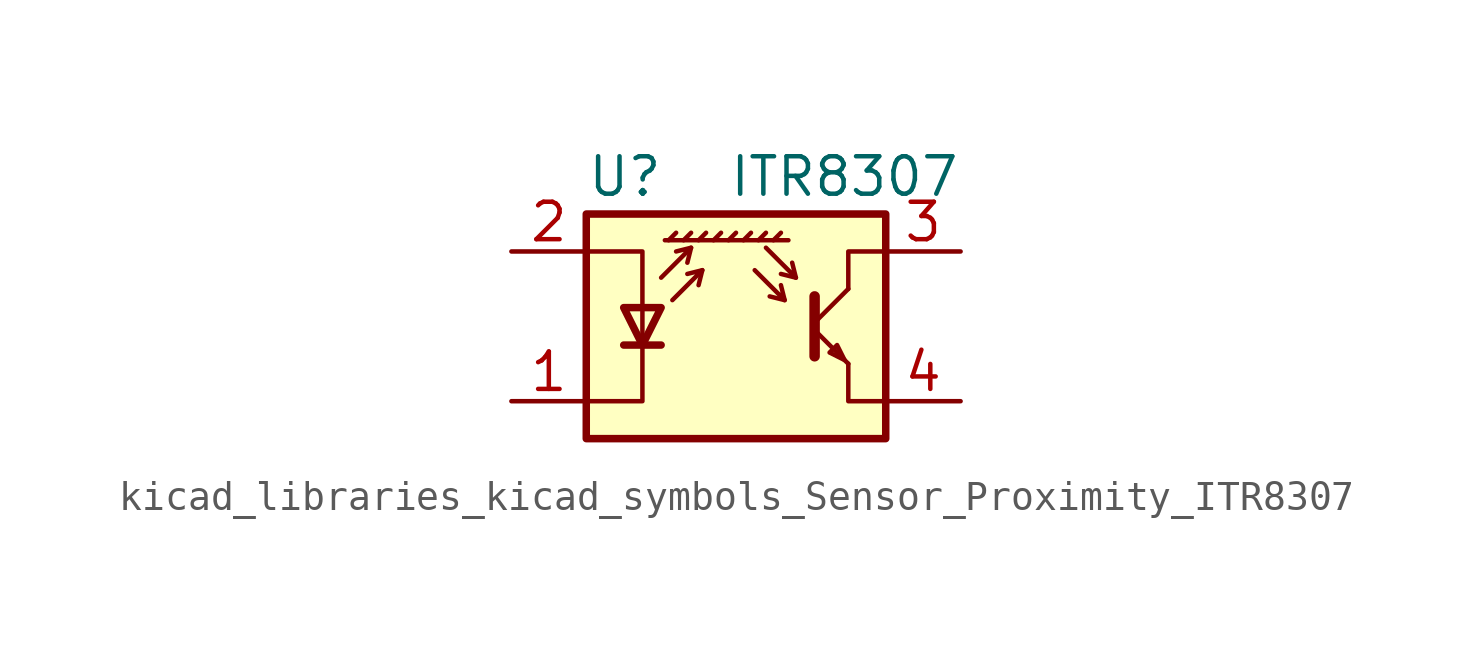
<source format=kicad_sym>
(kicad_symbol_lib
  (version 20220914)
  (generator kicad_symbol_editor)
  (symbol "kicad_libraries_kicad_symbols_Sensor_Proximity_ITR8307"
    (pin_names
      (offset 0.025) hide)
    (property "Reference" "U"
      (at -5.08 5.08 0)
      (effects (font (size 1.27 1.27)) (justify left)))
    (property "Value" "ITR8307"
      (at 7.62 5.08 0)
      (effects (font (size 1.27 1.27)) (justify right)))
    (symbol "kicad_libraries_kicad_symbols_Sensor_Proximity_ITR8307_0_1"
      (polyline (pts (xy -3.81 -0.635) (xy -2.54 -0.635)) (stroke (width 0.254) (type default)) (fill (type none)))
      (polyline (pts (xy -2.286 2.921) (xy -2.032 3.175)) (stroke (width 0) (type default)) (fill (type none)))
      (polyline (pts (xy -1.778 2.921) (xy -1.524 3.175)) (stroke (width 0) (type default)) (fill (type none)))
      (polyline (pts (xy -1.524 2.667) (xy -1.651 2.159)) (stroke (width 0) (type default)) (fill (type none)))
      (polyline (pts (xy -1.27 2.921) (xy -1.016 3.175)) (stroke (width 0) (type default)) (fill (type none)))
      (polyline (pts (xy -1.143 1.905) (xy -1.27 1.397)) (stroke (width 0) (type default)) (fill (type none)))
      (polyline (pts (xy -0.762 2.921) (xy -0.508 3.175)) (stroke (width 0) (type default)) (fill (type none)))
      (polyline (pts (xy -0.254 2.921) (xy 0 3.175)) (stroke (width 0) (type default)) (fill (type none)))
      (polyline (pts (xy 0.254 2.921) (xy 0.508 3.175)) (stroke (width 0) (type default)) (fill (type none)))
      (polyline (pts (xy 0.762 2.921) (xy 1.016 3.175)) (stroke (width 0) (type default)) (fill (type none)))
      (polyline (pts (xy 1.27 2.921) (xy 1.524 3.175)) (stroke (width 0) (type default)) (fill (type none)))
      (polyline (pts (xy 1.651 0.889) (xy 1.143 1.016)) (stroke (width 0) (type default)) (fill (type none)))
      (polyline (pts (xy 1.778 2.921) (xy -2.413 2.921)) (stroke (width 0) (type default)) (fill (type none)))
      (polyline (pts (xy 2.032 1.651) (xy 1.524 1.778)) (stroke (width 0) (type default)) (fill (type none)))
      (polyline (pts (xy 2.667 -0.127) (xy 3.81 -1.27)) (stroke (width 0) (type default)) (fill (type none)))
      (polyline (pts (xy 2.667 0.127) (xy 3.81 1.27)) (stroke (width 0) (type default)) (fill (type none)))
      (polyline (pts (xy -2.54 1.651) (xy -1.524 2.667) (xy -2.032 2.54)) (stroke (width 0) (type default)) (fill (type none)))
      (polyline (pts (xy -2.159 0.889) (xy -1.143 1.905) (xy -1.651 1.778)) (stroke (width 0) (type default)) (fill (type none)))
      (polyline (pts (xy 0.635 1.905) (xy 1.651 0.889) (xy 1.524 1.397)) (stroke (width 0) (type default)) (fill (type none)))
      (polyline (pts (xy 1.016 2.667) (xy 2.032 1.651) (xy 1.905 2.159)) (stroke (width 0) (type default)) (fill (type none)))
      (polyline (pts (xy 2.667 1.016) (xy 2.667 -1.016) (xy 2.667 -1.016)) (stroke (width 0.356) (type default)) (fill (type none)))
      (polyline (pts (xy 3.81 -1.27) (xy 3.81 -2.54) (xy 5.08 -2.54)) (stroke (width 0) (type default)) (fill (type none)))
      (polyline (pts (xy 3.81 1.27) (xy 3.81 2.54) (xy 5.08 2.54)) (stroke (width 0) (type default)) (fill (type none)))
      (polyline (pts (xy -5.08 -2.54) (xy -3.175 -2.54) (xy -3.175 2.54) (xy -5.08 2.54)) (stroke (width 0) (type default)) (fill (type none)))
      (polyline (pts (xy -3.175 -0.635) (xy -3.81 0.635) (xy -2.54 0.635) (xy -3.175 -0.635)) (stroke (width 0.254) (type default)) (fill (type none)))
      (polyline (pts (xy 3.683 -1.143) (xy 3.429 -0.635) (xy 3.175 -0.889) (xy 3.683 -1.143)) (stroke (width 0) (type default)) (fill (type none)))
      (polyline (pts (xy -5.08 -3.81) (xy 5.08 -3.81) (xy 5.08 3.81) (xy -5.08 3.81) (xy -5.08 -3.81)) (stroke (width 0.254) (type default)) (fill (type background))))
    (symbol "kicad_libraries_kicad_symbols_Sensor_Proximity_ITR8307_1_1"
      (pin passive line (at -7.62 -2.54 0) (length 2.54) (name "K" (effects (font (size 1.27 1.27)))) (number "1" (effects (font (size 1.27 1.27)))))
      (pin passive line (at -7.62 2.54 0) (length 2.54) (name "A" (effects (font (size 1.27 1.27)))) (number "2" (effects (font (size 1.27 1.27)))))
      (pin open_collector line (at 7.62 2.54 180) (length 2.54) (name "C" (effects (font (size 1.27 1.27)))) (number "3" (effects (font (size 1.27 1.27)))))
      (pin open_emitter line (at 7.62 -2.54 180) (length 2.54) (name "E" (effects (font (size 1.27 1.27)))) (number "4" (effects (font (size 1.27 1.27))))))))
</source>
